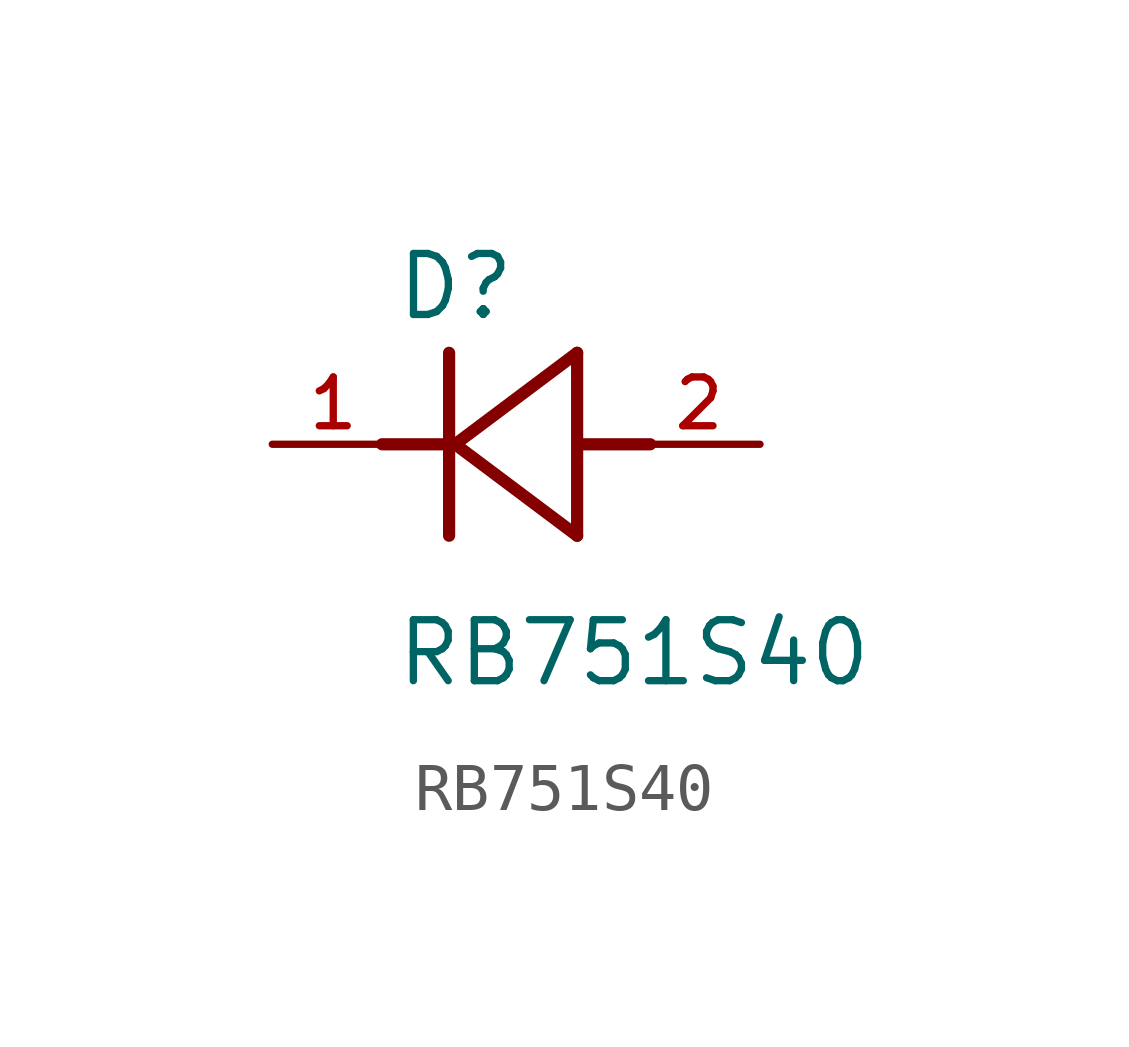
<source format=kicad_sym>
(kicad_symbol_lib
  (version 20211014)
  (generator kicad_symbol_editor)
  (symbol "RB751S40"
    (pin_names
      (offset 1.016))
    (property "Reference" "D"
      (at -2.541 2.541 0)
      (effects (font (size 1.27 1.27)) (justify bottom left)))
    (property "Value" "RB751S40"
      (at -2.544 -5.088 0)
      (effects (font (size 1.27 1.27)) (justify bottom left)))
    (symbol "RB751S40_0_0"
      (polyline (pts (xy 1.27 1.905) (xy -1.27 0.0)) (stroke (width 0.254)))
      (polyline (pts (xy -1.27 0.0) (xy 1.27 -1.905)) (stroke (width 0.254)))
      (polyline (pts (xy 1.27 -1.905) (xy 1.27 1.905)) (stroke (width 0.254)))
      (polyline (pts (xy -1.397 -1.905) (xy -1.397 0.0)) (stroke (width 0.254)))
      (polyline (pts (xy -1.397 0.0) (xy -1.397 1.905)) (stroke (width 0.254)))
      (polyline (pts (xy -1.397 0.0) (xy -2.794 0.0)) (stroke (width 0.254)))
      (polyline (pts (xy 1.397 0.0) (xy 2.794 0.0)) (stroke (width 0.254)))
      (pin passive line (at 5.08 0.0 180.0) (length 2.54) (name "~" (effects (font (size 1.016 1.016)))) (number "2" (effects (font (size 1.016 1.016)))))
      (pin passive line (at -5.08 0.0 0) (length 2.54) (name "~" (effects (font (size 1.016 1.016)))) (number "1" (effects (font (size 1.016 1.016))))))))
</source>
